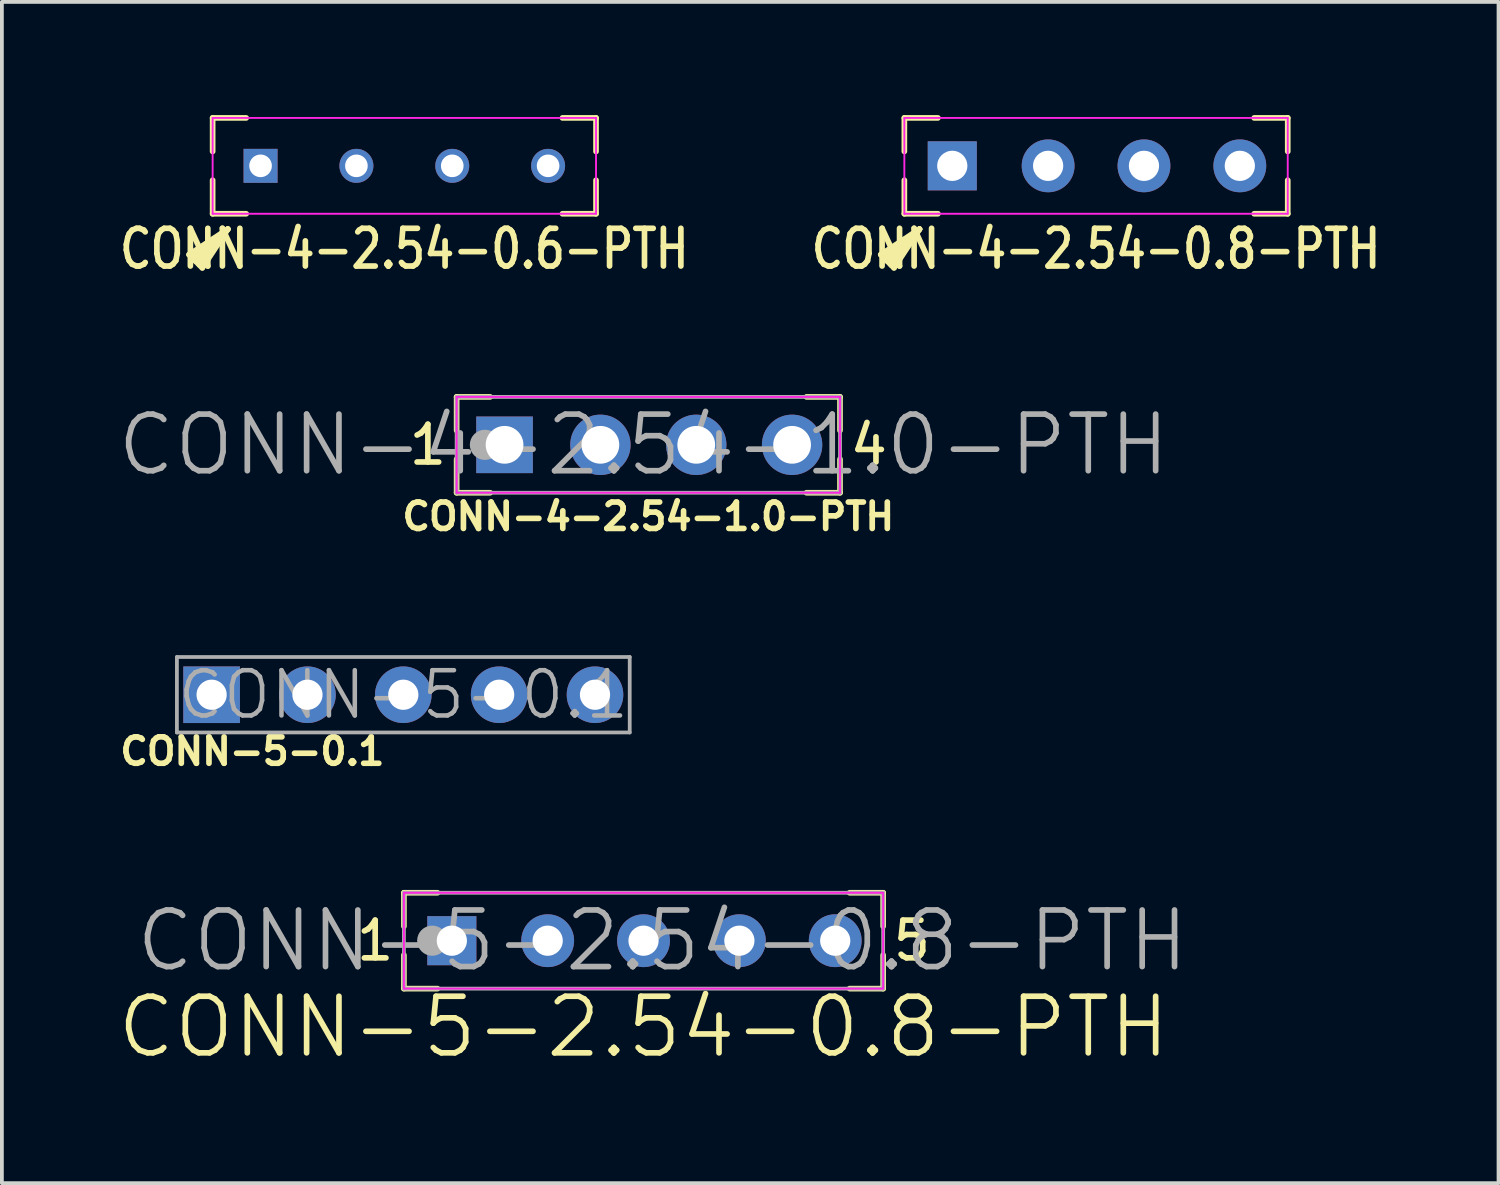
<source format=kicad_pcb>
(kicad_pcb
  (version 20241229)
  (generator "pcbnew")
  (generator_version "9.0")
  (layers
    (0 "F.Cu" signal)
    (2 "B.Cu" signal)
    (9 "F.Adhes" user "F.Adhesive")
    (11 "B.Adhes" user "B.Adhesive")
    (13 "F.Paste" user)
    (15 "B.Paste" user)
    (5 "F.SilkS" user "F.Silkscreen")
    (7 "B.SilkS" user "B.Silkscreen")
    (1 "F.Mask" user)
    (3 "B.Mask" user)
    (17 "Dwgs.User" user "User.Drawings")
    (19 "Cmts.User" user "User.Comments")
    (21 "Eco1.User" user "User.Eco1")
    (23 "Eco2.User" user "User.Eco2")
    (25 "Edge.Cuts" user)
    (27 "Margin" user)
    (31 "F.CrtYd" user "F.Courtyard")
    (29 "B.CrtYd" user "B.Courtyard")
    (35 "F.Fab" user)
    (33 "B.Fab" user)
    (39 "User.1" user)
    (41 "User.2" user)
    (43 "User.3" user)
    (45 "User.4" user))
  (footprint "CONN-4-2.54-0.6-PTH"
    (layer "F.Cu")
    (at 7.665 1.345)
    (property "Reference" "CONN-4-2.54-0.6-PTH" (at 0 2.2 0) (layer "F.SilkS") (effects (font (size 1 0.81) (thickness 0.15))))
    (attr through_hole)
    (fp_line (start -5.705 2.353) (end -5.354 2.703) (stroke (width 0.15) (type solid)) (layer "F.SilkS"))
    (fp_line (start -5.354 2.703) (end -4.679 1.677) (stroke (width 0.15) (type solid)) (layer "F.SilkS"))
    (fp_line (start -5.08 -1.27) (end -4.191 -1.27) (stroke (width 0.15) (type solid)) (layer "F.SilkS"))
    (fp_line (start -5.08 -0.381) (end -5.08 -1.27) (stroke (width 0.15) (type solid)) (layer "F.SilkS"))
    (fp_line (start -5.08 1.27) (end -5.08 0.381) (stroke (width 0.15) (type solid)) (layer "F.SilkS"))
    (fp_line (start -4.679 1.677) (end -5.705 2.353) (stroke (width 0.15) (type solid)) (layer "F.SilkS"))
    (fp_line (start -4.679 1.677) (end -5.63 2.428) (stroke (width 0.15) (type solid)) (layer "F.SilkS"))
    (fp_line (start -4.679 1.677) (end -5.529 2.527) (stroke (width 0.15) (type solid)) (layer "F.SilkS"))
    (fp_line (start -4.679 1.677) (end -5.429 2.627) (stroke (width 0.15) (type solid)) (layer "F.SilkS"))
    (fp_line (start -4.191 1.27) (end -5.08 1.27) (stroke (width 0.15) (type solid)) (layer "F.SilkS"))
    (fp_line (start 5.08 -1.27) (end 4.191 -1.27) (stroke (width 0.15) (type solid)) (layer "F.SilkS"))
    (fp_line (start 5.08 -0.381) (end 5.08 -1.27) (stroke (width 0.15) (type solid)) (layer "F.SilkS"))
    (fp_line (start 5.08 0.381) (end 5.08 1.27) (stroke (width 0.15) (type solid)) (layer "F.SilkS"))
    (fp_line (start 5.08 1.27) (end 4.191 1.27) (stroke (width 0.15) (type solid)) (layer "F.SilkS"))
    (fp_line (start -5.08 -1.27) (end 5.08 -1.27) (stroke (width 0.05) (type solid)) (layer "F.CrtYd"))
    (fp_line (start -5.08 1.27) (end -5.08 -1.27) (stroke (width 0.05) (type solid)) (layer "F.CrtYd"))
    (fp_line (start 5.08 -1.27) (end 5.08 1.27) (stroke (width 0.05) (type solid)) (layer "F.CrtYd"))
    (fp_line (start 5.08 1.27) (end -5.08 1.27) (stroke (width 0.05) (type solid)) (layer "F.CrtYd"))
    (pad "1" thru_hole rect (at -3.81 0) (size 0.9 0.9) (drill 0.6) (layers "*.Cu" "*.Mask"))
    (pad "2" thru_hole circle (at -1.27 0) (size 0.9 0.9) (drill 0.6) (layers "*.Cu" "*.Mask"))
    (pad "3" thru_hole circle (at 1.27 0) (size 0.9 0.9) (drill 0.6) (layers "*.Cu" "*.Mask"))
    (pad "4" thru_hole circle (at 3.81 0) (size 0.9 0.9) (drill 0.6) (layers "*.Cu" "*.Mask")))
  (footprint "CONN-5-2.54-0.8-PTH"
    (layer "F.Cu")
    (at 14.004 21.879)
    (property "Reference" "CONN-5-2.54-0.8-PTH" (at 0 2.286 0) (layer "F.SilkS") (effects (font (size 1.5 1.5) (thickness 0.15))))
    (attr through_hole)
    (fp_line (start -6.35 -1.27) (end -5.461 -1.27) (stroke (width 0.15) (type solid)) (layer "F.SilkS"))
    (fp_line (start -6.35 -0.381) (end -6.35 -1.27) (stroke (width 0.15) (type solid)) (layer "F.SilkS"))
    (fp_line (start -6.35 1.27) (end -6.35 0.381) (stroke (width 0.15) (type solid)) (layer "F.SilkS"))
    (fp_line (start -5.461 1.27) (end -6.35 1.27) (stroke (width 0.15) (type solid)) (layer "F.SilkS"))
    (fp_line (start 6.35 -1.27) (end 5.461 -1.27) (stroke (width 0.15) (type solid)) (layer "F.SilkS"))
    (fp_line (start 6.35 -0.381) (end 6.35 -1.27) (stroke (width 0.15) (type solid)) (layer "F.SilkS"))
    (fp_line (start 6.35 0.381) (end 6.35 1.27) (stroke (width 0.15) (type solid)) (layer "F.SilkS"))
    (fp_line (start 6.35 1.27) (end 5.461 1.27) (stroke (width 0.15) (type solid)) (layer "F.SilkS"))
    (fp_line (start -6.35 -1.27) (end 6.35 -1.27) (stroke (width 0.05) (type solid)) (layer "F.CrtYd"))
    (fp_line (start -6.35 1.27) (end -6.35 -1.27) (stroke (width 0.05) (type solid)) (layer "F.CrtYd"))
    (fp_line (start 6.35 -1.27) (end 6.35 1.27) (stroke (width 0.05) (type solid)) (layer "F.CrtYd"))
    (fp_line (start 6.35 1.27) (end -6.35 1.27) (stroke (width 0.05) (type solid)) (layer "F.CrtYd"))
    (fp_line (start -6.35 -1.27) (end 6.35 -1.27) (stroke (width 0.1) (type solid)) (layer "F.Fab"))
    (fp_line (start -6.35 1.27) (end -6.35 -1.27) (stroke (width 0.1) (type solid)) (layer "F.Fab"))
    (fp_line (start 6.35 -1.27) (end 6.35 1.27) (stroke (width 0.1) (type solid)) (layer "F.Fab"))
    (fp_line (start 6.35 1.27) (end -6.35 1.27) (stroke (width 0.1) (type solid)) (layer "F.Fab"))
    (fp_circle (center -5.6 0) (end -5.4 0) (stroke (width 0.4) (type solid)) (fill no) (layer "F.Fab"))
    (fp_text user "1" (at -7.112 0 0) (layer "F.SilkS") (effects (font (size 1 1) (thickness 0.15))))
    (fp_text user "5" (at 7.112 0 0) (layer "F.SilkS") (effects (font (size 1 1) (thickness 0.15))))
    (fp_text user "${REFERENCE}" (at 0.5 0 0) (layer "F.Fab") (effects (font (size 1.5 1.5) (thickness 0.15))))
    (pad "1" thru_hole rect (at -5.08 0) (size 1.3 1.3) (drill 0.8) (layers "*.Cu" "*.Mask"))
    (pad "2" thru_hole circle (at -2.54 0) (size 1.4 1.4) (drill 0.8) (layers "*.Cu" "*.Mask"))
    (pad "3" thru_hole circle (at 0 0) (size 1.4 1.4) (drill 0.8) (layers "*.Cu" "*.Mask"))
    (pad "4" thru_hole circle (at 2.54 0) (size 1.4 1.4) (drill 0.8) (layers "*.Cu" "*.Mask"))
    (pad "5" thru_hole circle (at 5.08 0) (size 1.4 1.4) (drill 0.8) (layers "*.Cu" "*.Mask")))
  (footprint "CONN-4-2.54-0.8-PTH"
    (layer "F.Cu")
    (at 25.996 1.345)
    (property "Reference" "CONN-4-2.54-0.8-PTH" (at 0 2.2 0) (layer "F.SilkS") (effects (font (size 1 0.81) (thickness 0.15))))
    (attr through_hole)
    (fp_line (start -5.705 2.353) (end -5.354 2.703) (stroke (width 0.15) (type solid)) (layer "F.SilkS"))
    (fp_line (start -5.354 2.703) (end -4.679 1.677) (stroke (width 0.15) (type solid)) (layer "F.SilkS"))
    (fp_line (start -5.08 -1.27) (end -4.191 -1.27) (stroke (width 0.15) (type solid)) (layer "F.SilkS"))
    (fp_line (start -5.08 -0.381) (end -5.08 -1.27) (stroke (width 0.15) (type solid)) (layer "F.SilkS"))
    (fp_line (start -5.08 1.27) (end -5.08 0.381) (stroke (width 0.15) (type solid)) (layer "F.SilkS"))
    (fp_line (start -4.679 1.677) (end -5.705 2.353) (stroke (width 0.15) (type solid)) (layer "F.SilkS"))
    (fp_line (start -4.679 1.677) (end -5.63 2.428) (stroke (width 0.15) (type solid)) (layer "F.SilkS"))
    (fp_line (start -4.679 1.677) (end -5.529 2.527) (stroke (width 0.15) (type solid)) (layer "F.SilkS"))
    (fp_line (start -4.679 1.677) (end -5.429 2.627) (stroke (width 0.15) (type solid)) (layer "F.SilkS"))
    (fp_line (start -4.191 1.27) (end -5.08 1.27) (stroke (width 0.15) (type solid)) (layer "F.SilkS"))
    (fp_line (start 5.08 -1.27) (end 4.191 -1.27) (stroke (width 0.15) (type solid)) (layer "F.SilkS"))
    (fp_line (start 5.08 -0.381) (end 5.08 -1.27) (stroke (width 0.15) (type solid)) (layer "F.SilkS"))
    (fp_line (start 5.08 0.381) (end 5.08 1.27) (stroke (width 0.15) (type solid)) (layer "F.SilkS"))
    (fp_line (start 5.08 1.27) (end 4.191 1.27) (stroke (width 0.15) (type solid)) (layer "F.SilkS"))
    (fp_line (start -5.08 -1.27) (end 5.08 -1.27) (stroke (width 0.05) (type solid)) (layer "F.CrtYd"))
    (fp_line (start -5.08 1.27) (end -5.08 -1.27) (stroke (width 0.05) (type solid)) (layer "F.CrtYd"))
    (fp_line (start 5.08 -1.27) (end 5.08 1.27) (stroke (width 0.05) (type solid)) (layer "F.CrtYd"))
    (fp_line (start 5.08 1.27) (end -5.08 1.27) (stroke (width 0.05) (type solid)) (layer "F.CrtYd"))
    (pad "1" thru_hole rect (at -3.81 0) (size 1.3 1.3) (drill 0.8) (layers "*.Cu" "*.Mask"))
    (pad "2" thru_hole circle (at -1.27 0) (size 1.4 1.4) (drill 0.8) (layers "*.Cu" "*.Mask"))
    (pad "3" thru_hole circle (at 1.27 0) (size 1.4 1.4) (drill 0.8) (layers "*.Cu" "*.Mask"))
    (pad "4" thru_hole circle (at 3.81 0) (size 1.4 1.4) (drill 0.8) (layers "*.Cu" "*.Mask")))
  (footprint "CONN-4-2.54-1.0-PTH"
    (layer "F.Cu")
    (at 14.131 8.738)
    (property "Reference" "CONN-4-2.54-1.0-PTH" (at 0 1.9 0) (layer "F.SilkS") (effects (font (size 0.7 0.7) (thickness 0.15))))
    (attr through_hole)
    (fp_line (start -5.08 -1.27) (end -4.191 -1.27) (stroke (width 0.15) (type solid)) (layer "F.SilkS"))
    (fp_line (start -5.08 -0.381) (end -5.08 -1.27) (stroke (width 0.15) (type solid)) (layer "F.SilkS"))
    (fp_line (start -5.08 1.27) (end -5.08 0.381) (stroke (width 0.15) (type solid)) (layer "F.SilkS"))
    (fp_line (start -4.191 1.27) (end -5.08 1.27) (stroke (width 0.15) (type solid)) (layer "F.SilkS"))
    (fp_line (start 5.08 -1.27) (end 4.191 -1.27) (stroke (width 0.15) (type solid)) (layer "F.SilkS"))
    (fp_line (start 5.08 -0.381) (end 5.08 -1.27) (stroke (width 0.15) (type solid)) (layer "F.SilkS"))
    (fp_line (start 5.08 0.381) (end 5.08 1.27) (stroke (width 0.15) (type solid)) (layer "F.SilkS"))
    (fp_line (start 5.08 1.27) (end 4.191 1.27) (stroke (width 0.15) (type solid)) (layer "F.SilkS"))
    (fp_line (start -5.08 -1.27) (end 5.08 -1.27) (stroke (width 0.05) (type solid)) (layer "F.CrtYd"))
    (fp_line (start -5.08 1.27) (end -5.08 -1.27) (stroke (width 0.05) (type solid)) (layer "F.CrtYd"))
    (fp_line (start 5.08 -1.27) (end 5.08 1.27) (stroke (width 0.05) (type solid)) (layer "F.CrtYd"))
    (fp_line (start 5.08 1.27) (end -5.08 1.27) (stroke (width 0.05) (type solid)) (layer "F.CrtYd"))
    (fp_line (start -5.08 -1.27) (end 5.08 -1.27) (stroke (width 0.1) (type solid)) (layer "F.Fab"))
    (fp_line (start -5.08 1.27) (end -5.08 -1.27) (stroke (width 0.1) (type solid)) (layer "F.Fab"))
    (fp_line (start 5.08 -1.27) (end 5.08 1.27) (stroke (width 0.1) (type solid)) (layer "F.Fab"))
    (fp_line (start 5.08 1.27) (end -5.08 1.27) (stroke (width 0.1) (type solid)) (layer "F.Fab"))
    (fp_circle (center -4.33 0) (end -4.13 0) (stroke (width 0.4) (type solid)) (fill no) (layer "F.Fab"))
    (fp_text user "1" (at -5.842 0 0) (layer "F.SilkS") (effects (font (size 1 1) (thickness 0.15))))
    (fp_text user "4" (at 5.842 0 0) (layer "F.SilkS") (effects (font (size 1 1) (thickness 0.15))))
    (fp_text user "${REFERENCE}" (at -0.127 0 0) (layer "F.Fab") (effects (font (size 1.5 1.5) (thickness 0.15))))
    (pad "1" thru_hole rect (at -3.81 0) (size 1.5 1.5) (drill 1) (layers "*.Cu" "*.Mask"))
    (pad "2" thru_hole circle (at -1.27 0) (size 1.6 1.6) (drill 1) (layers "*.Cu" "*.Mask"))
    (pad "3" thru_hole circle (at 1.27 0) (size 1.6 1.6) (drill 1) (layers "*.Cu" "*.Mask"))
    (pad "4" thru_hole circle (at 3.81 0) (size 1.6 1.6) (drill 1) (layers "*.Cu" "*.Mask")))
  (footprint "CONN-5-0.1"
    (layer "F.Cu")
    (at 7.638 15.361)
    (property "Reference" "CONN-5-0.1" (at -4 1.5 0) (layer "F.SilkS") (effects (font (size 0.7 0.7) (thickness 0.15))))
    (attr through_hole)
    (fp_line (start -6 -1) (end -6 1) (stroke (width 0.1) (type solid)) (layer "F.Fab"))
    (fp_line (start -6 1) (end 6 1) (stroke (width 0.1) (type solid)) (layer "F.Fab"))
    (fp_line (start 6 -1) (end -6 -1) (stroke (width 0.1) (type solid)) (layer "F.Fab"))
    (fp_line (start 6 1) (end 6 -1) (stroke (width 0.1) (type solid)) (layer "F.Fab"))
    (fp_text user "${REFERENCE}" (at 0 0 0) (layer "F.Fab") (effects (font (size 1.2 1.2) (thickness 0.12))))
    (pad "1" thru_hole rect (at -5.08 0) (size 1.5 1.5) (drill 0.8) (layers "*.Cu" "*.Mask"))
    (pad "2" thru_hole circle (at -2.54 0) (size 1.5 1.5) (drill 0.8) (layers "*.Cu" "*.Mask"))
    (pad "3" thru_hole circle (at 0 0) (size 1.5 1.5) (drill 0.8) (layers "*.Cu" "*.Mask"))
    (pad "4" thru_hole circle (at 2.54 0) (size 1.5 1.5) (drill 0.8) (layers "*.Cu" "*.Mask"))
    (pad "5" thru_hole circle (at 5.08 0) (size 1.5 1.5) (drill 0.8) (layers "*.Cu" "*.Mask")))
  (gr_rect
    (start -3 -3)
    (end 36.662 28.305)
    (stroke (width 0.1) (type default))
    (fill no)
    (layer "Edge.Cuts")))
</source>
